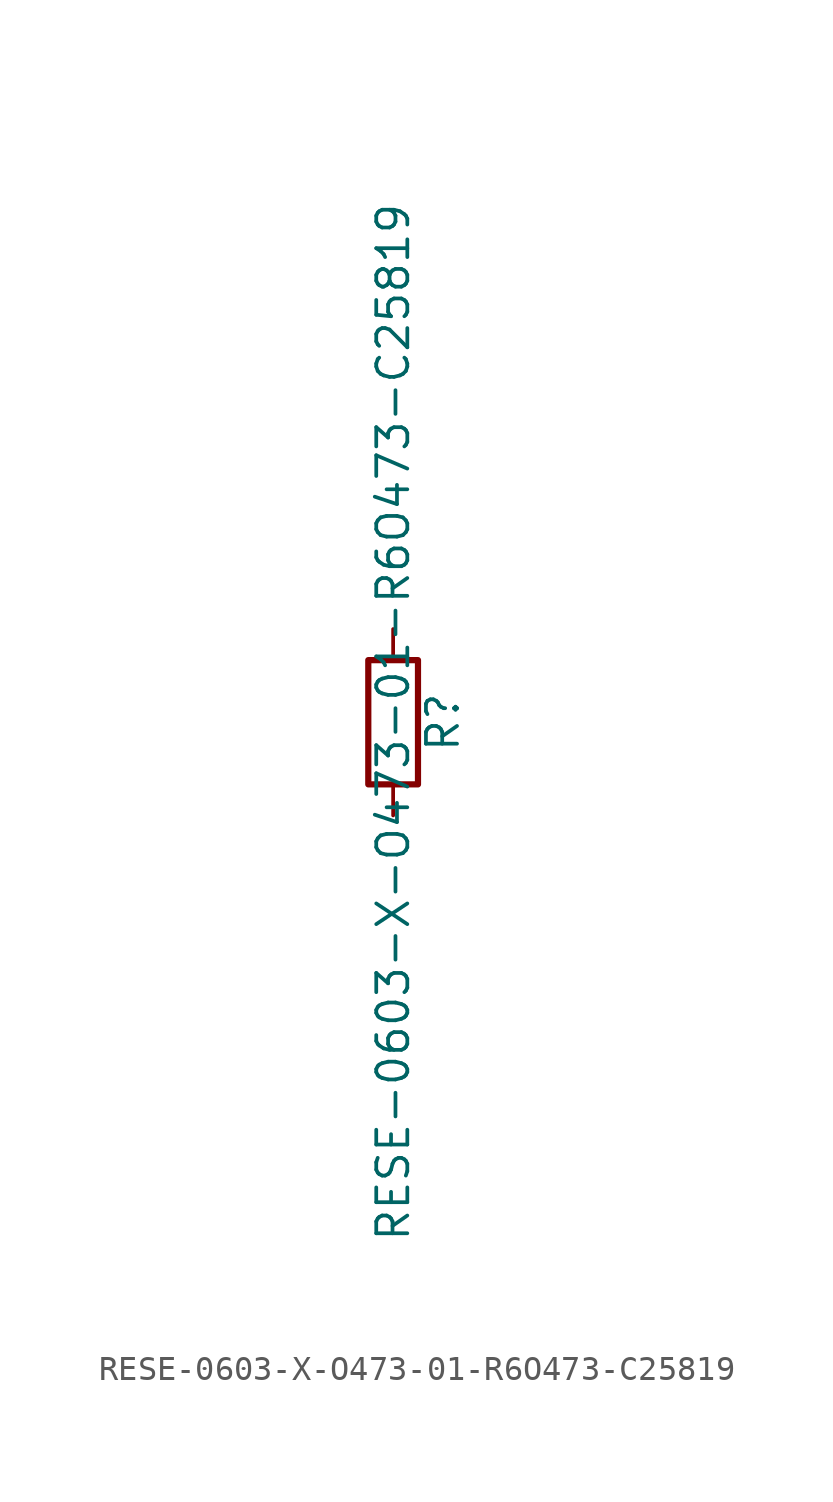
<source format=kicad_sym>
(kicad_symbol_lib
  (version 20211014)
  (generator kicad_symbol_editor)
  (symbol "RESE-0603-X-O473-01-R6O473-C25819"
    (pin_numbers hide)
    (pin_names
      (offset 0))
    (property "Reference" "R"
      (at 2.032 0 90)
      (effects (font (size 1.27 1.27))))
    (property "Value" "RESE-0603-X-O473-01-R6O473-C25819"
      (at 0 0 90)
      (effects (font (size 1.27 1.27))))
    (symbol "RESE-0603-X-O473-01-R6O473-C25819_0_1"
      (rectangle (start -1.016 -2.54) (end 1.016 2.54) (stroke (width 0.254) (type default) (color 0 0 0 0)) (fill (type none))))
    (symbol "RESE-0603-X-O473-01-R6O473-C25819_1_1"
      (pin passive line (at 0 3.81 270) (length 1.27) (name "~" (effects (font (size 1.27 1.27)))) (number "1" (effects (font (size 1.27 1.27)))))
      (pin passive line (at 0 -3.81 90) (length 1.27) (name "~" (effects (font (size 1.27 1.27)))) (number "2" (effects (font (size 1.27 1.27))))))))
</source>
